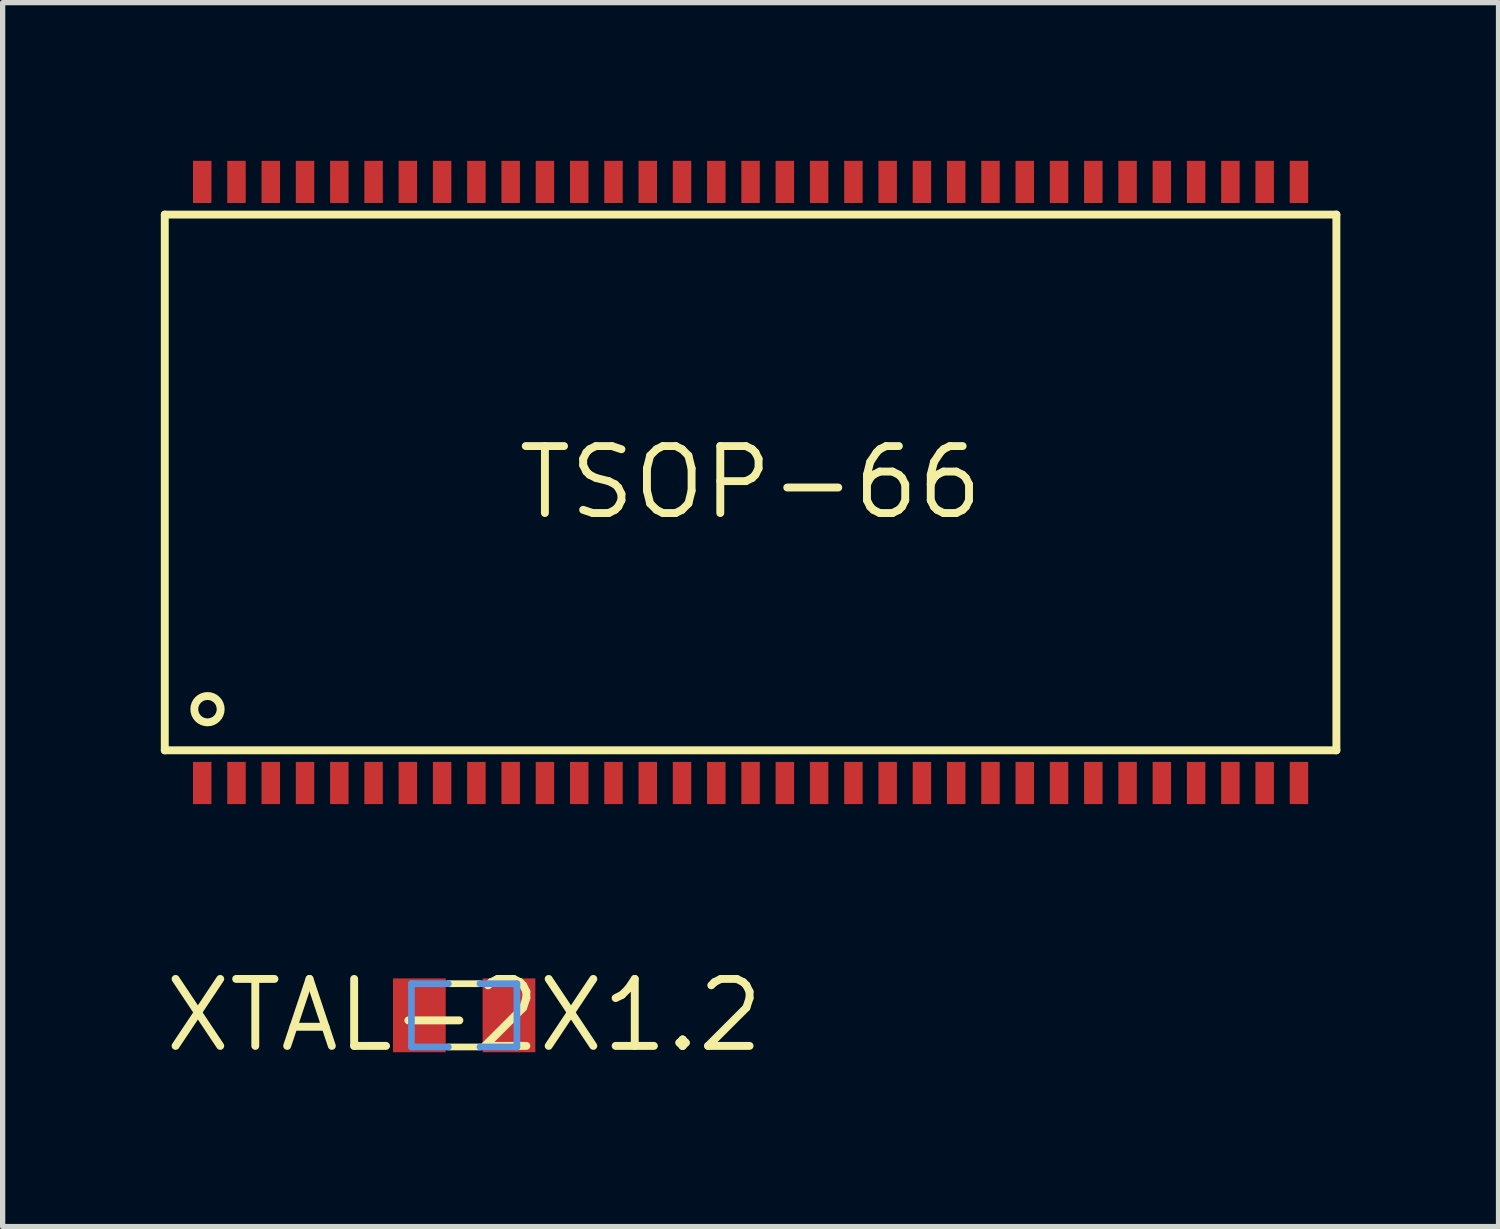
<source format=kicad_pcb>
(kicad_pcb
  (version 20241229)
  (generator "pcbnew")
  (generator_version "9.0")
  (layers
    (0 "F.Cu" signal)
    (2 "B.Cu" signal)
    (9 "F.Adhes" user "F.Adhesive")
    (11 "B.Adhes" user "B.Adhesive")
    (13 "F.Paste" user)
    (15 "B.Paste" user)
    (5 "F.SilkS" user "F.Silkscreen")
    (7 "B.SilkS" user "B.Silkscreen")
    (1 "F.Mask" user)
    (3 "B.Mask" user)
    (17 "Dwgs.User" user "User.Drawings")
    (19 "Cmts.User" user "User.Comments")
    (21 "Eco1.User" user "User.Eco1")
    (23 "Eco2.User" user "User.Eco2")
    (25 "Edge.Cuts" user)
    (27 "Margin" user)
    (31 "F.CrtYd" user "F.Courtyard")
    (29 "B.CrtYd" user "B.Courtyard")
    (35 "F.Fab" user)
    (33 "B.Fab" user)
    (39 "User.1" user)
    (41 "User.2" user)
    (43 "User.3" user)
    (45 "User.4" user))
  (footprint "TSOP-66"
    (layer "F.Cu")
    (at 11.185 6.1)
    (property "Reference" "TSOP-66" (at 0 0 0) (layer "F.SilkS") (effects (font (size 1.27 1.27) (thickness 0.15))))
    (attr through_hole)
    (fp_line (start -11.11 -5.08) (end 11.11 -5.08) (stroke (width 0.15) (type solid)) (layer "F.SilkS"))
    (fp_line (start -11.11 5.08) (end -11.11 -5.08) (stroke (width 0.15) (type solid)) (layer "F.SilkS"))
    (fp_line (start 11.11 -5.08) (end 11.11 5.08) (stroke (width 0.15) (type solid)) (layer "F.SilkS"))
    (fp_line (start 11.11 5.08) (end -11.11 5.08) (stroke (width 0.15) (type solid)) (layer "F.SilkS"))
    (fp_circle (center -10.3 4.3) (end -10.05 4.3) (stroke (width 0.15) (type solid)) (fill no) (layer "F.SilkS"))
    (pad "P$1" smd rect (at -10.4 5.7) (size 0.35 0.8) (layers "F.Cu" "F.Mask" "F.Paste"))
    (pad "P$2" smd rect (at -9.75 5.7) (size 0.35 0.8) (layers "F.Cu" "F.Mask" "F.Paste"))
    (pad "P$3" smd rect (at -9.1 5.7) (size 0.35 0.8) (layers "F.Cu" "F.Mask" "F.Paste"))
    (pad "P$4" smd rect (at -8.45 5.7) (size 0.35 0.8) (layers "F.Cu" "F.Mask" "F.Paste"))
    (pad "P$5" smd rect (at -7.8 5.7) (size 0.35 0.8) (layers "F.Cu" "F.Mask" "F.Paste"))
    (pad "P$6" smd rect (at -7.15 5.7) (size 0.35 0.8) (layers "F.Cu" "F.Mask" "F.Paste"))
    (pad "P$7" smd rect (at -6.5 5.7) (size 0.35 0.8) (layers "F.Cu" "F.Mask" "F.Paste"))
    (pad "P$8" smd rect (at -5.85 5.7) (size 0.35 0.8) (layers "F.Cu" "F.Mask" "F.Paste"))
    (pad "P$9" smd rect (at -5.2 5.7) (size 0.35 0.8) (layers "F.Cu" "F.Mask" "F.Paste"))
    (pad "P$10" smd rect (at -4.55 5.7) (size 0.35 0.8) (layers "F.Cu" "F.Mask" "F.Paste"))
    (pad "P$11" smd rect (at -3.9 5.7) (size 0.35 0.8) (layers "F.Cu" "F.Mask" "F.Paste"))
    (pad "P$12" smd rect (at -3.25 5.7) (size 0.35 0.8) (layers "F.Cu" "F.Mask" "F.Paste"))
    (pad "P$13" smd rect (at -2.6 5.7) (size 0.35 0.8) (layers "F.Cu" "F.Mask" "F.Paste"))
    (pad "P$14" smd rect (at -1.95 5.7) (size 0.35 0.8) (layers "F.Cu" "F.Mask" "F.Paste"))
    (pad "P$15" smd rect (at -1.3 5.7) (size 0.35 0.8) (layers "F.Cu" "F.Mask" "F.Paste"))
    (pad "P$16" smd rect (at -0.65 5.7) (size 0.35 0.8) (layers "F.Cu" "F.Mask" "F.Paste"))
    (pad "P$17" smd rect (at 0 5.7) (size 0.35 0.8) (layers "F.Cu" "F.Mask" "F.Paste"))
    (pad "P$18" smd rect (at 0.65 5.7) (size 0.35 0.8) (layers "F.Cu" "F.Mask" "F.Paste"))
    (pad "P$19" smd rect (at 1.3 5.7) (size 0.35 0.8) (layers "F.Cu" "F.Mask" "F.Paste"))
    (pad "P$20" smd rect (at 1.95 5.7) (size 0.35 0.8) (layers "F.Cu" "F.Mask" "F.Paste"))
    (pad "P$21" smd rect (at 2.6 5.7) (size 0.35 0.8) (layers "F.Cu" "F.Mask" "F.Paste"))
    (pad "P$22" smd rect (at 3.25 5.7) (size 0.35 0.8) (layers "F.Cu" "F.Mask" "F.Paste"))
    (pad "P$23" smd rect (at 3.9 5.7) (size 0.35 0.8) (layers "F.Cu" "F.Mask" "F.Paste"))
    (pad "P$24" smd rect (at 4.55 5.7) (size 0.35 0.8) (layers "F.Cu" "F.Mask" "F.Paste"))
    (pad "P$25" smd rect (at 5.2 5.7) (size 0.35 0.8) (layers "F.Cu" "F.Mask" "F.Paste"))
    (pad "P$26" smd rect (at 5.85 5.7) (size 0.35 0.8) (layers "F.Cu" "F.Mask" "F.Paste"))
    (pad "P$27" smd rect (at 6.5 5.7) (size 0.35 0.8) (layers "F.Cu" "F.Mask" "F.Paste"))
    (pad "P$28" smd rect (at 7.15 5.7) (size 0.35 0.8) (layers "F.Cu" "F.Mask" "F.Paste"))
    (pad "P$29" smd rect (at 7.8 5.7) (size 0.35 0.8) (layers "F.Cu" "F.Mask" "F.Paste"))
    (pad "P$30" smd rect (at 8.45 5.7) (size 0.35 0.8) (layers "F.Cu" "F.Mask" "F.Paste"))
    (pad "P$31" smd rect (at 9.1 5.7) (size 0.35 0.8) (layers "F.Cu" "F.Mask" "F.Paste"))
    (pad "P$32" smd rect (at 9.75 5.7) (size 0.35 0.8) (layers "F.Cu" "F.Mask" "F.Paste"))
    (pad "P$33" smd rect (at 10.4 5.7) (size 0.35 0.8) (layers "F.Cu" "F.Mask" "F.Paste"))
    (pad "P$34" smd rect (at 10.4 -5.7 180) (size 0.35 0.8) (layers "F.Cu" "F.Mask" "F.Paste"))
    (pad "P$35" smd rect (at 9.75 -5.7 180) (size 0.35 0.8) (layers "F.Cu" "F.Mask" "F.Paste"))
    (pad "P$36" smd rect (at 9.1 -5.7 180) (size 0.35 0.8) (layers "F.Cu" "F.Mask" "F.Paste"))
    (pad "P$37" smd rect (at 8.45 -5.7 180) (size 0.35 0.8) (layers "F.Cu" "F.Mask" "F.Paste"))
    (pad "P$38" smd rect (at 7.8 -5.7 180) (size 0.35 0.8) (layers "F.Cu" "F.Mask" "F.Paste"))
    (pad "P$39" smd rect (at 7.15 -5.7 180) (size 0.35 0.8) (layers "F.Cu" "F.Mask" "F.Paste"))
    (pad "P$40" smd rect (at 6.5 -5.7 180) (size 0.35 0.8) (layers "F.Cu" "F.Mask" "F.Paste"))
    (pad "P$41" smd rect (at 5.85 -5.7 180) (size 0.35 0.8) (layers "F.Cu" "F.Mask" "F.Paste"))
    (pad "P$42" smd rect (at 5.2 -5.7 180) (size 0.35 0.8) (layers "F.Cu" "F.Mask" "F.Paste"))
    (pad "P$43" smd rect (at 4.55 -5.7 180) (size 0.35 0.8) (layers "F.Cu" "F.Mask" "F.Paste"))
    (pad "P$44" smd rect (at 3.9 -5.7 180) (size 0.35 0.8) (layers "F.Cu" "F.Mask" "F.Paste"))
    (pad "P$45" smd rect (at 3.25 -5.7 180) (size 0.35 0.8) (layers "F.Cu" "F.Mask" "F.Paste"))
    (pad "P$46" smd rect (at 2.6 -5.7 180) (size 0.35 0.8) (layers "F.Cu" "F.Mask" "F.Paste"))
    (pad "P$47" smd rect (at 1.95 -5.7 180) (size 0.35 0.8) (layers "F.Cu" "F.Mask" "F.Paste"))
    (pad "P$48" smd rect (at 1.3 -5.7 180) (size 0.35 0.8) (layers "F.Cu" "F.Mask" "F.Paste"))
    (pad "P$49" smd rect (at 0.65 -5.7 180) (size 0.35 0.8) (layers "F.Cu" "F.Mask" "F.Paste"))
    (pad "P$50" smd rect (at 0 -5.7 180) (size 0.35 0.8) (layers "F.Cu" "F.Mask" "F.Paste"))
    (pad "P$51" smd rect (at -0.65 -5.7 180) (size 0.35 0.8) (layers "F.Cu" "F.Mask" "F.Paste"))
    (pad "P$52" smd rect (at -1.3 -5.7 180) (size 0.35 0.8) (layers "F.Cu" "F.Mask" "F.Paste"))
    (pad "P$53" smd rect (at -1.95 -5.7 180) (size 0.35 0.8) (layers "F.Cu" "F.Mask" "F.Paste"))
    (pad "P$54" smd rect (at -2.6 -5.7 180) (size 0.35 0.8) (layers "F.Cu" "F.Mask" "F.Paste"))
    (pad "P$55" smd rect (at -3.25 -5.7 180) (size 0.35 0.8) (layers "F.Cu" "F.Mask" "F.Paste"))
    (pad "P$56" smd rect (at -3.9 -5.7 180) (size 0.35 0.8) (layers "F.Cu" "F.Mask" "F.Paste"))
    (pad "P$57" smd rect (at -4.55 -5.7 180) (size 0.35 0.8) (layers "F.Cu" "F.Mask" "F.Paste"))
    (pad "P$58" smd rect (at -5.2 -5.7 180) (size 0.35 0.8) (layers "F.Cu" "F.Mask" "F.Paste"))
    (pad "P$59" smd rect (at -5.85 -5.7 180) (size 0.35 0.8) (layers "F.Cu" "F.Mask" "F.Paste"))
    (pad "P$60" smd rect (at -6.5 -5.7 180) (size 0.35 0.8) (layers "F.Cu" "F.Mask" "F.Paste"))
    (pad "P$61" smd rect (at -7.15 -5.7 180) (size 0.35 0.8) (layers "F.Cu" "F.Mask" "F.Paste"))
    (pad "P$62" smd rect (at -7.8 -5.7 180) (size 0.35 0.8) (layers "F.Cu" "F.Mask" "F.Paste"))
    (pad "P$63" smd rect (at -8.45 -5.7 180) (size 0.35 0.8) (layers "F.Cu" "F.Mask" "F.Paste"))
    (pad "P$64" smd rect (at -9.1 -5.7 180) (size 0.35 0.8) (layers "F.Cu" "F.Mask" "F.Paste"))
    (pad "P$65" smd rect (at -9.75 -5.7 180) (size 0.35 0.8) (layers "F.Cu" "F.Mask" "F.Paste"))
    (pad "P$66" smd rect (at -10.4 -5.7 180) (size 0.35 0.8) (layers "F.Cu" "F.Mask" "F.Paste")))
  (footprint "XTAL-2X1.2"
    (layer "F.Cu")
    (at 5.753 16.206)
    (property "Reference" "XTAL-2X1.2" (at 0 0 0) (layer "F.SilkS") (effects (font (size 1.27 1.27) (thickness 0.15))))
    (attr through_hole)
    (fp_line (start -0.3 -0.6) (end 0.3 -0.6) (stroke (width 0.127) (type solid)) (layer "F.SilkS"))
    (fp_line (start -0.3 0.6) (end 0.3 0.6) (stroke (width 0.127) (type solid)) (layer "F.SilkS"))
    (fp_line (start -1 -0.6) (end -1 0.6) (stroke (width 0.127) (type solid)) (layer "Cmts.User"))
    (fp_line (start -1 -0.6) (end -0.3 -0.6) (stroke (width 0.127) (type solid)) (layer "Cmts.User"))
    (fp_line (start -1 0.6) (end -0.3 0.6) (stroke (width 0.127) (type solid)) (layer "Cmts.User"))
    (fp_line (start 0.3 0.6) (end 1 0.6) (stroke (width 0.127) (type solid)) (layer "Cmts.User"))
    (fp_line (start 1 -0.6) (end 0.3 -0.6) (stroke (width 0.127) (type solid)) (layer "Cmts.User"))
    (fp_line (start 1 0.6) (end 1 -0.6) (stroke (width 0.127) (type solid)) (layer "Cmts.User"))
    (pad "P$1" smd rect (at -0.85 0 90) (size 1.4 1) (layers "F.Cu" "F.Mask" "F.Paste"))
    (pad "P$2" smd rect (at 0.85 0 90) (size 1.4 1) (layers "F.Cu" "F.Mask" "F.Paste")))
  (gr_rect
    (start -3 -3)
    (end 25.37 20.212)
    (stroke (width 0.1) (type default))
    (fill no)
    (layer "Edge.Cuts")))
</source>
